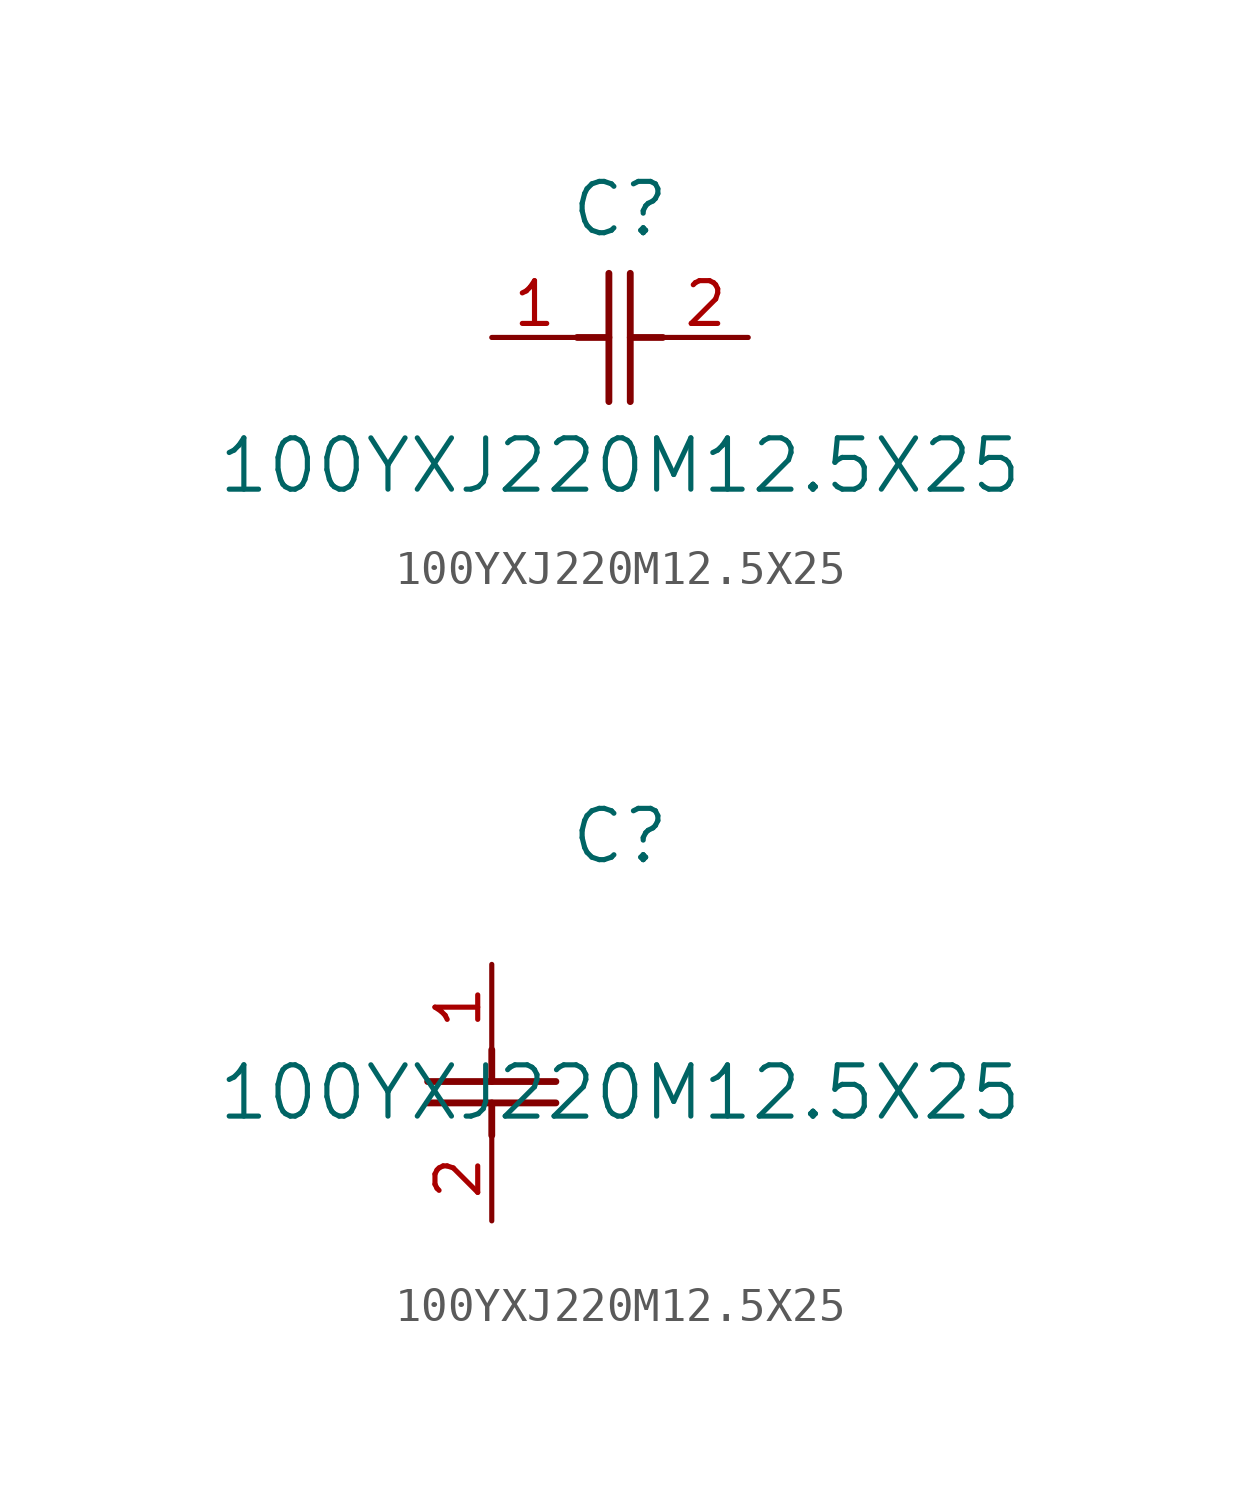
<source format=kicad_sym>
(kicad_symbol_lib
  (version 20231120)
  (generator "kicad_symbol_editor")
  (generator_version "8.0")
  (symbol "100YXJ220M12.5X25"
    (pin_names
      (offset 0.254))
    (property "Reference" "C"
      (at 3.81 3.81 0)
      (effects (font (size 1.524 1.524))))
    (property "Value" "100YXJ220M12.5X25"
      (at 3.81 -3.81 0)
      (effects (font (size 1.524 1.524))))
    (symbol "100YXJ220M12.5X25_1_1"
      (polyline (pts (xy 2.54 0) (xy 3.48 0)) (stroke (width 0.203) (type default)) (fill (type none)))
      (polyline (pts (xy 3.48 -1.905) (xy 3.48 1.905)) (stroke (width 0.203) (type default)) (fill (type none)))
      (polyline (pts (xy 4.115 -1.905) (xy 4.115 1.905)) (stroke (width 0.203) (type default)) (fill (type none)))
      (polyline (pts (xy 4.115 0) (xy 5.08 0)) (stroke (width 0.203) (type default)) (fill (type none)))
      (pin unspecified line (at 0 0 0) (length 2.54) (name "" (effects (font (size 1.27 1.27)))) (number "1" (effects (font (size 1.27 1.27)))))
      (pin unspecified line (at 7.62 0 180) (length 2.54) (name "" (effects (font (size 1.27 1.27)))) (number "2" (effects (font (size 1.27 1.27))))))
    (symbol "100YXJ220M12.5X25_1_2"
      (polyline (pts (xy -1.905 -4.115) (xy 1.905 -4.115)) (stroke (width 0.203) (type default)) (fill (type none)))
      (polyline (pts (xy -1.905 -3.48) (xy 1.905 -3.48)) (stroke (width 0.203) (type default)) (fill (type none)))
      (polyline (pts (xy 0 -4.115) (xy 0 -5.08)) (stroke (width 0.203) (type default)) (fill (type none)))
      (polyline (pts (xy 0 -2.54) (xy 0 -3.48)) (stroke (width 0.203) (type default)) (fill (type none)))
      (pin unspecified line (at 0 0 270) (length 2.54) (name "" (effects (font (size 1.27 1.27)))) (number "1" (effects (font (size 1.27 1.27)))))
      (pin unspecified line (at 0 -7.62 90) (length 2.54) (name "" (effects (font (size 1.27 1.27)))) (number "2" (effects (font (size 1.27 1.27))))))))
</source>
